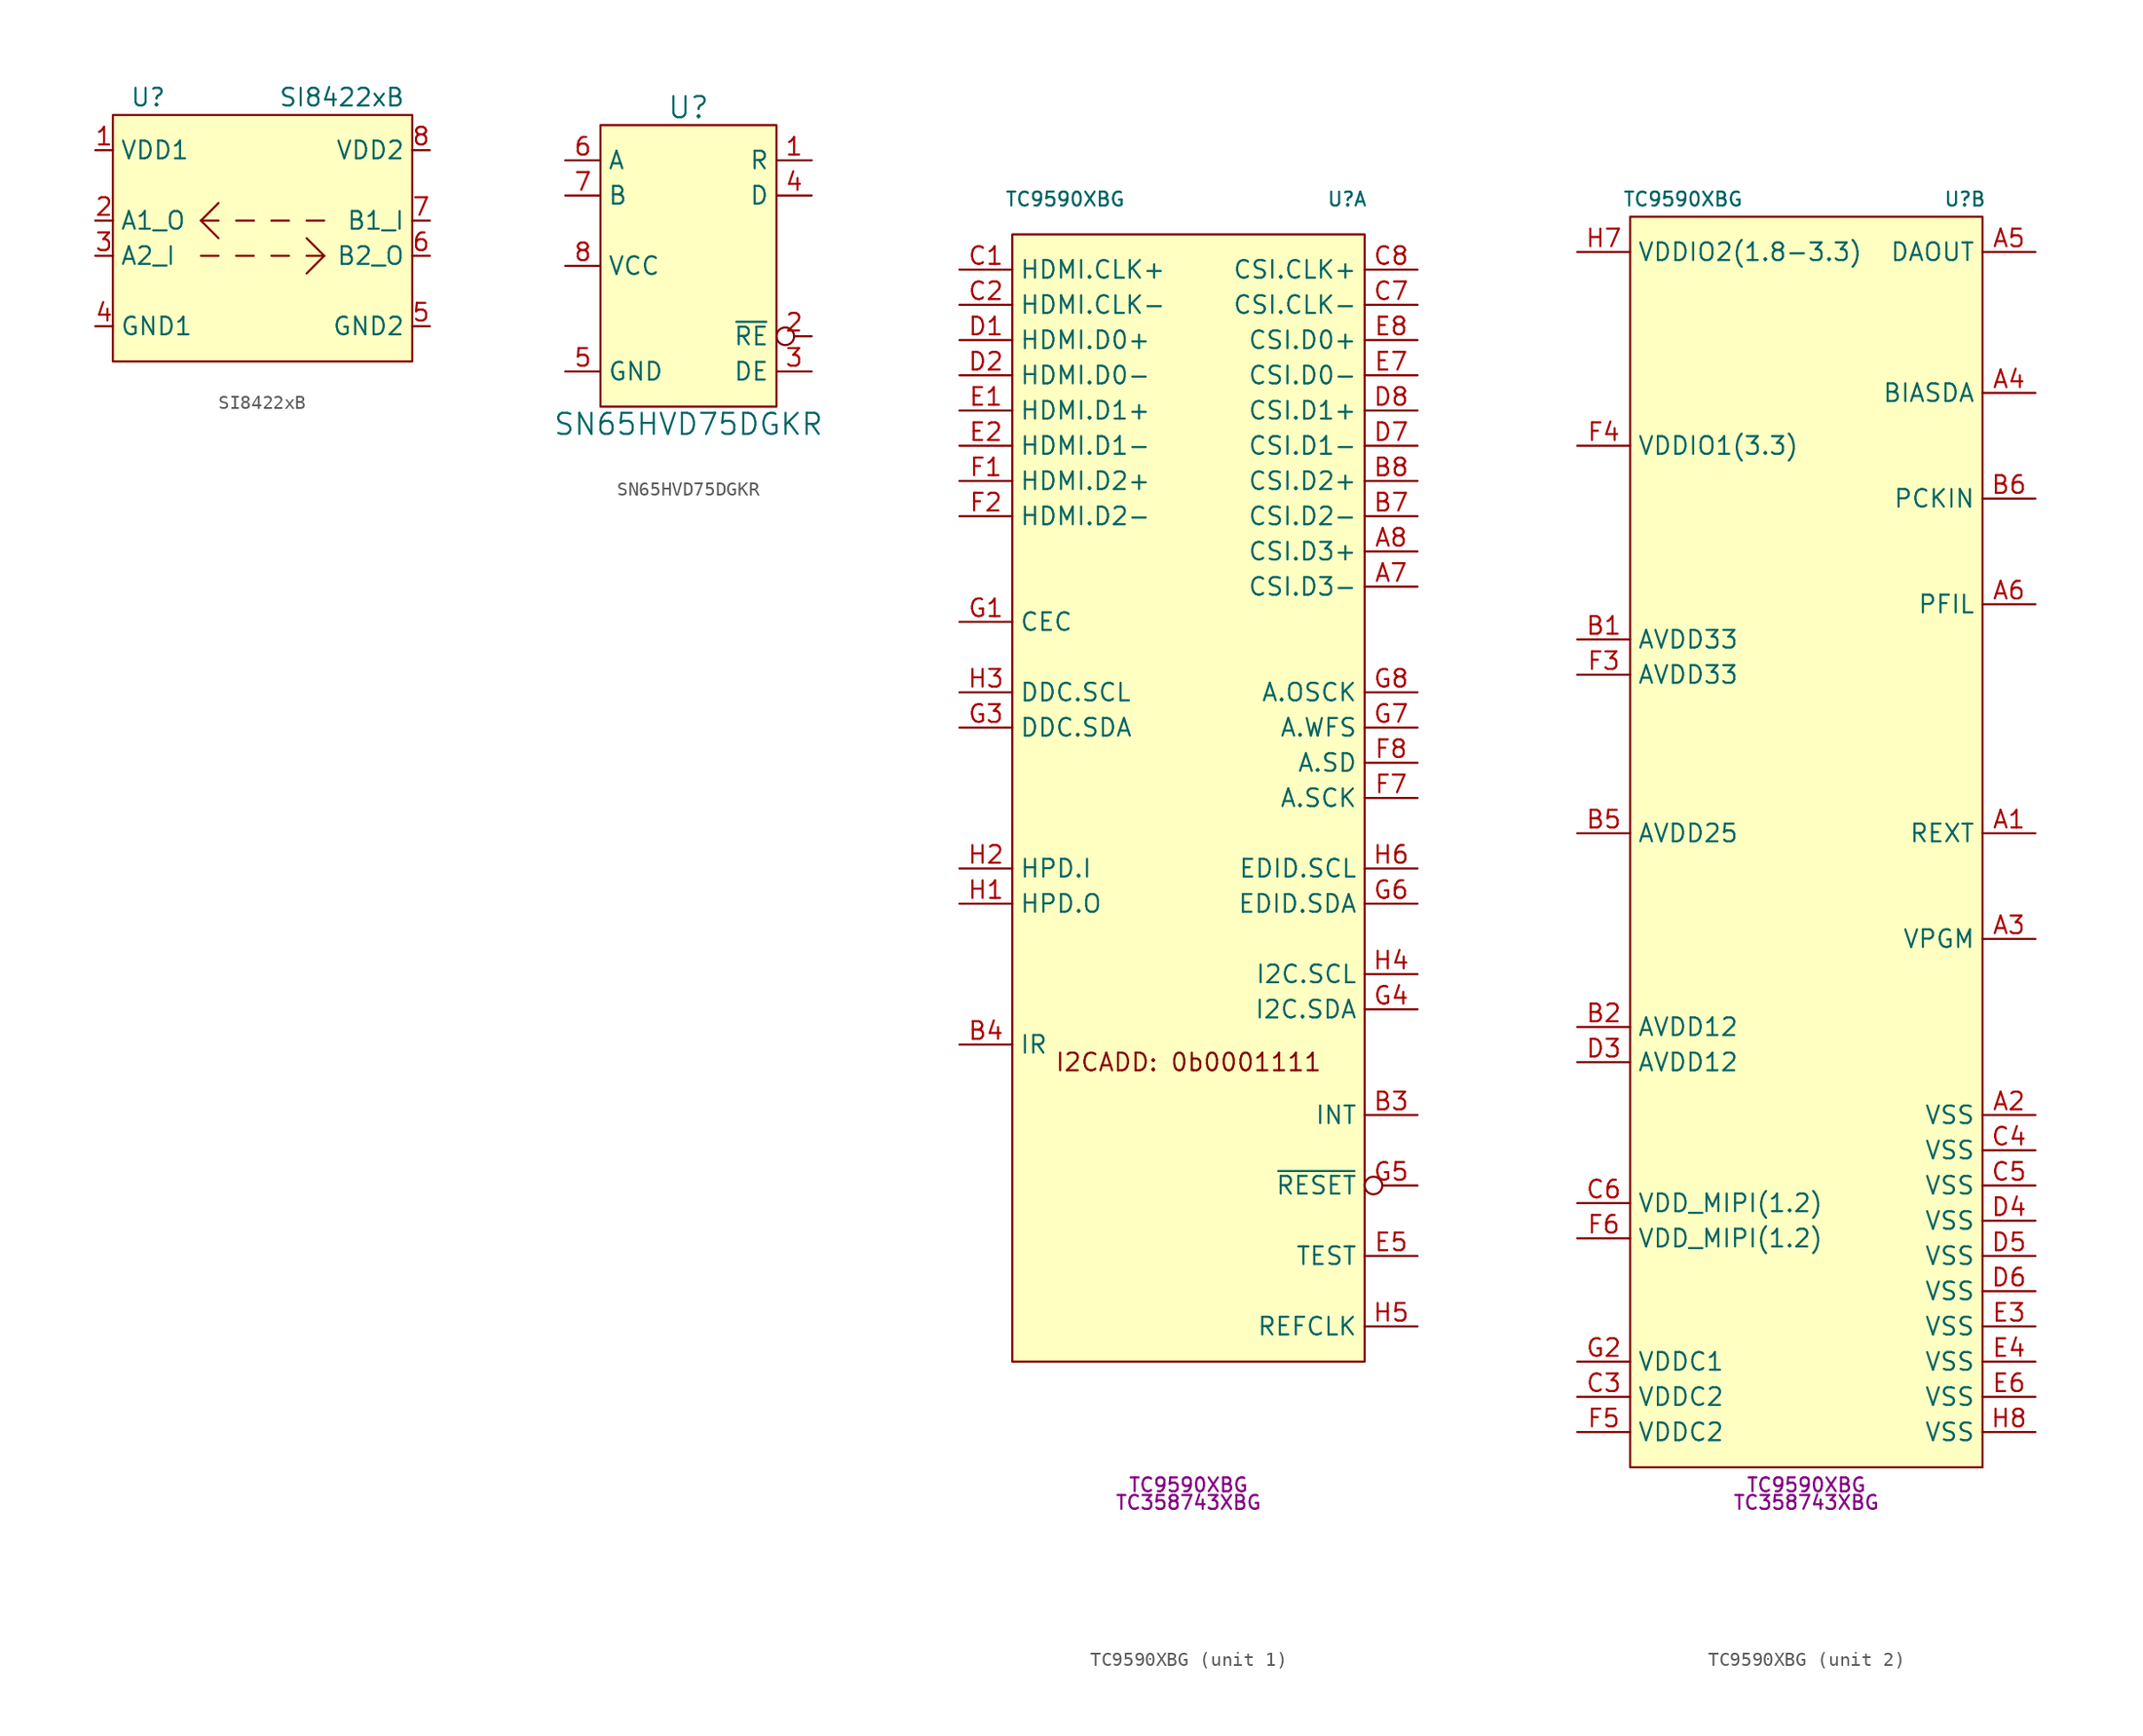
<source format=kicad_sym>
(kicad_symbol_lib
  (version 20231120)
  (generator "kicad_symbol_editor")
  (generator_version "8.0")
  (symbol "SI8422xB"
    (property "Reference" "U"
      (at -8.89 10.16 0)
      (effects (font (size 1.27 1.27))))
    (property "Value" "SI8422xB"
      (at 5.08 10.16 0)
      (effects (font (size 1.27 1.27))))
    (symbol "SI8422xB_0_1"
      (rectangle (start -11.43 -8.89) (end 10.16 8.89) (stroke (width 0) (type default)) (fill (type background)))
      (polyline (pts (xy -5.08 1.27) (xy -3.81 0)) (stroke (width 0) (type default)) (fill (type none)))
      (polyline (pts (xy -5.08 1.27) (xy -3.81 2.54)) (stroke (width 0) (type default)) (fill (type none)))
      (polyline (pts (xy -3.81 -1.27) (xy -5.08 -1.27)) (stroke (width 0) (type default)) (fill (type none)))
      (polyline (pts (xy -3.81 1.27) (xy -5.08 1.27)) (stroke (width 0) (type default)) (fill (type none)))
      (polyline (pts (xy -1.27 -1.27) (xy -2.54 -1.27)) (stroke (width 0) (type default)) (fill (type none)))
      (polyline (pts (xy -1.27 1.27) (xy -2.54 1.27)) (stroke (width 0) (type default)) (fill (type none)))
      (polyline (pts (xy -1.27 1.27) (xy -1.27 1.27)) (stroke (width 0) (type default)) (fill (type none)))
      (polyline (pts (xy 1.27 -1.27) (xy 0 -1.27)) (stroke (width 0) (type default)) (fill (type none)))
      (polyline (pts (xy 1.27 1.27) (xy 0 1.27)) (stroke (width 0) (type default)) (fill (type none)))
      (polyline (pts (xy 2.54 1.27) (xy 3.81 1.27)) (stroke (width 0) (type default)) (fill (type none)))
      (polyline (pts (xy 3.81 -1.27) (xy 2.54 -2.54)) (stroke (width 0) (type default)) (fill (type none)))
      (polyline (pts (xy 3.81 -1.27) (xy 2.54 -1.27)) (stroke (width 0) (type default)) (fill (type none)))
      (polyline (pts (xy 3.81 -1.27) (xy 2.54 0)) (stroke (width 0) (type default)) (fill (type none))))
    (symbol "SI8422xB_1_1"
      (pin power_in line (at -12.7 6.35 0) (length 1.27) (name "VDD1" (effects (font (size 1.27 1.27)))) (number "1" (effects (font (size 1.27 1.27)))))
      (pin output line (at -12.7 1.27 0) (length 1.27) (name "A1_O" (effects (font (size 1.27 1.27)))) (number "2" (effects (font (size 1.27 1.27)))))
      (pin input line (at -12.7 -1.27 0) (length 1.27) (name "A2_I" (effects (font (size 1.27 1.27)))) (number "3" (effects (font (size 1.27 1.27)))))
      (pin power_in line (at -12.7 -6.35 0) (length 1.27) (name "GND1" (effects (font (size 1.27 1.27)))) (number "4" (effects (font (size 1.27 1.27)))))
      (pin power_in line (at 11.43 -6.35 180) (length 1.27) (name "GND2" (effects (font (size 1.27 1.27)))) (number "5" (effects (font (size 1.27 1.27)))))
      (pin output line (at 11.43 -1.27 180) (length 1.27) (name "B2_O" (effects (font (size 1.27 1.27)))) (number "6" (effects (font (size 1.27 1.27)))))
      (pin input line (at 11.43 1.27 180) (length 1.27) (name "B1_I" (effects (font (size 1.27 1.27)))) (number "7" (effects (font (size 1.27 1.27)))))
      (pin power_in line (at 11.43 6.35 180) (length 1.27) (name "VDD2" (effects (font (size 1.27 1.27)))) (number "8" (effects (font (size 1.27 1.27)))))))
  (symbol "SN65HVD75DGKR"
    (property "Reference" "U"
      (at 0 11.43 0)
      (effects (font (size 1.524 1.524))))
    (property "Value" "SN65HVD75DGKR"
      (at 0 -11.43 0)
      (effects (font (size 1.524 1.524))))
    (symbol "SN65HVD75DGKR_0_1"
      (rectangle (start -6.35 -10.16) (end 6.35 10.16) (stroke (width 0) (type default)) (fill (type background))))
    (symbol "SN65HVD75DGKR_1_1"
      (pin output line (at 8.89 7.62 180) (length 2.54) (name "R" (effects (font (size 1.27 1.27)))) (number "1" (effects (font (size 1.27 1.27)))))
      (pin input inverted (at 8.89 -5.08 180) (length 2.54) (name "~{RE}" (effects (font (size 1.27 1.27)))) (number "2" (effects (font (size 1.27 1.27)))))
      (pin input line (at 8.89 -7.62 180) (length 2.54) (name "DE" (effects (font (size 1.27 1.27)))) (number "3" (effects (font (size 1.27 1.27)))))
      (pin input line (at 8.89 5.08 180) (length 2.54) (name "D" (effects (font (size 1.27 1.27)))) (number "4" (effects (font (size 1.27 1.27)))))
      (pin power_in line (at -8.89 -7.62 0) (length 2.54) (name "GND" (effects (font (size 1.27 1.27)))) (number "5" (effects (font (size 1.27 1.27)))))
      (pin bidirectional line (at -8.89 7.62 0) (length 2.54) (name "A" (effects (font (size 1.27 1.27)))) (number "6" (effects (font (size 1.27 1.27)))))
      (pin bidirectional line (at -8.89 5.08 0) (length 2.54) (name "B" (effects (font (size 1.27 1.27)))) (number "7" (effects (font (size 1.27 1.27)))))
      (pin power_in line (at -8.89 0 0) (length 2.54) (name "VCC" (effects (font (size 1.27 1.27)))) (number "8" (effects (font (size 1.27 1.27)))))))
  (symbol "TC9590XBG"
    (property "Reference" "U"
      (at 11.43 45.72 0)
      (effects (font (size 1 1))))
    (property "Value" "TC9590XBG"
      (at -8.89 45.72 0)
      (effects (font (size 1 1))))
    (property "MPN" "TC9590XBG"
      (at 0 -46.99 0)
      (effects (font (size 1 1))))
    (property "MPN2" "TC358743XBG"
      (at 0 -48.26 0)
      (effects (font (size 1 1))))
    (property "ki_locked" ""
      (at 0 0 0)
      (effects (font (size 1.27 1.27))))
    (symbol "TC9590XBG_1_1"
      (rectangle (start -12.7 43.18) (end 12.7 -38.1) (stroke (width 0) (type default)) (fill (type background)))
      (text "I2CADD: 0b0001111" (at 0 -16.51 0) (effects (font (size 1.27 1.27))))
      (pin output line (at 16.51 17.78 180) (length 3.81) (name "CSI.D3-" (effects (font (size 1.27 1.27)))) (number "A7" (effects (font (size 1.27 1.27)))))
      (pin output line (at 16.51 20.32 180) (length 3.81) (name "CSI.D3+" (effects (font (size 1.27 1.27)))) (number "A8" (effects (font (size 1.27 1.27)))))
      (pin output line (at 16.51 -20.32 180) (length 3.81) (name "INT" (effects (font (size 1.27 1.27)))) (number "B3" (effects (font (size 1.27 1.27)))))
      (pin input line (at -16.51 -15.24 0) (length 3.81) (name "IR" (effects (font (size 1.27 1.27)))) (number "B4" (effects (font (size 1.27 1.27)))))
      (pin output line (at 16.51 22.86 180) (length 3.81) (name "CSI.D2-" (effects (font (size 1.27 1.27)))) (number "B7" (effects (font (size 1.27 1.27)))))
      (pin output line (at 16.51 25.4 180) (length 3.81) (name "CSI.D2+" (effects (font (size 1.27 1.27)))) (number "B8" (effects (font (size 1.27 1.27)))))
      (pin input line (at -16.51 40.64 0) (length 3.81) (name "HDMI.CLK+" (effects (font (size 1.27 1.27)))) (number "C1" (effects (font (size 1.27 1.27)))))
      (pin input line (at -16.51 38.1 0) (length 3.81) (name "HDMI.CLK-" (effects (font (size 1.27 1.27)))) (number "C2" (effects (font (size 1.27 1.27)))))
      (pin output line (at 16.51 38.1 180) (length 3.81) (name "CSI.CLK-" (effects (font (size 1.27 1.27)))) (number "C7" (effects (font (size 1.27 1.27)))))
      (pin output line (at 16.51 40.64 180) (length 3.81) (name "CSI.CLK+" (effects (font (size 1.27 1.27)))) (number "C8" (effects (font (size 1.27 1.27)))))
      (pin input line (at -16.51 35.56 0) (length 3.81) (name "HDMI.D0+" (effects (font (size 1.27 1.27)))) (number "D1" (effects (font (size 1.27 1.27)))))
      (pin input line (at -16.51 33.02 0) (length 3.81) (name "HDMI.D0-" (effects (font (size 1.27 1.27)))) (number "D2" (effects (font (size 1.27 1.27)))))
      (pin output line (at 16.51 27.94 180) (length 3.81) (name "CSI.D1-" (effects (font (size 1.27 1.27)))) (number "D7" (effects (font (size 1.27 1.27)))))
      (pin output line (at 16.51 30.48 180) (length 3.81) (name "CSI.D1+" (effects (font (size 1.27 1.27)))) (number "D8" (effects (font (size 1.27 1.27)))))
      (pin input line (at -16.51 30.48 0) (length 3.81) (name "HDMI.D1+" (effects (font (size 1.27 1.27)))) (number "E1" (effects (font (size 1.27 1.27)))))
      (pin input line (at -16.51 27.94 0) (length 3.81) (name "HDMI.D1-" (effects (font (size 1.27 1.27)))) (number "E2" (effects (font (size 1.27 1.27)))))
      (pin input line (at 16.51 -30.48 180) (length 3.81) (name "TEST" (effects (font (size 1.27 1.27)))) (number "E5" (effects (font (size 1.27 1.27)))))
      (pin output line (at 16.51 33.02 180) (length 3.81) (name "CSI.D0-" (effects (font (size 1.27 1.27)))) (number "E7" (effects (font (size 1.27 1.27)))))
      (pin output line (at 16.51 35.56 180) (length 3.81) (name "CSI.D0+" (effects (font (size 1.27 1.27)))) (number "E8" (effects (font (size 1.27 1.27)))))
      (pin input line (at -16.51 25.4 0) (length 3.81) (name "HDMI.D2+" (effects (font (size 1.27 1.27)))) (number "F1" (effects (font (size 1.27 1.27)))))
      (pin input line (at -16.51 22.86 0) (length 3.81) (name "HDMI.D2-" (effects (font (size 1.27 1.27)))) (number "F2" (effects (font (size 1.27 1.27)))))
      (pin output line (at 16.51 2.54 180) (length 3.81) (name "A.SCK" (effects (font (size 1.27 1.27)))) (number "F7" (effects (font (size 1.27 1.27)))))
      (pin output line (at 16.51 5.08 180) (length 3.81) (name "A.SD" (effects (font (size 1.27 1.27)))) (number "F8" (effects (font (size 1.27 1.27)))))
      (pin bidirectional line (at -16.51 15.24 0) (length 3.81) (name "CEC" (effects (font (size 1.27 1.27)))) (number "G1" (effects (font (size 1.27 1.27)))))
      (pin bidirectional line (at -16.51 7.62 0) (length 3.81) (name "DDC.SDA" (effects (font (size 1.27 1.27)))) (number "G3" (effects (font (size 1.27 1.27)))))
      (pin bidirectional line (at 16.51 -12.7 180) (length 3.81) (name "I2C.SDA" (effects (font (size 1.27 1.27)))) (number "G4" (effects (font (size 1.27 1.27)))))
      (pin input inverted (at 16.51 -25.4 180) (length 3.81) (name "~{RESET}" (effects (font (size 1.27 1.27)))) (number "G5" (effects (font (size 1.27 1.27)))))
      (pin bidirectional line (at 16.51 -5.08 180) (length 3.81) (name "EDID.SDA" (effects (font (size 1.27 1.27)))) (number "G6" (effects (font (size 1.27 1.27)))))
      (pin output line (at 16.51 7.62 180) (length 3.81) (name "A.WFS" (effects (font (size 1.27 1.27)))) (number "G7" (effects (font (size 1.27 1.27)))))
      (pin output line (at 16.51 10.16 180) (length 3.81) (name "A.OSCK" (effects (font (size 1.27 1.27)))) (number "G8" (effects (font (size 1.27 1.27)))))
      (pin output line (at -16.51 -5.08 0) (length 3.81) (name "HPD.O" (effects (font (size 1.27 1.27)))) (number "H1" (effects (font (size 1.27 1.27)))))
      (pin input line (at -16.51 -2.54 0) (length 3.81) (name "HPD.I" (effects (font (size 1.27 1.27)))) (number "H2" (effects (font (size 1.27 1.27)))))
      (pin bidirectional line (at -16.51 10.16 0) (length 3.81) (name "DDC.SCL" (effects (font (size 1.27 1.27)))) (number "H3" (effects (font (size 1.27 1.27)))))
      (pin bidirectional line (at 16.51 -10.16 180) (length 3.81) (name "I2C.SCL" (effects (font (size 1.27 1.27)))) (number "H4" (effects (font (size 1.27 1.27)))))
      (pin input line (at 16.51 -35.56 180) (length 3.81) (name "REFCLK" (effects (font (size 1.27 1.27)))) (number "H5" (effects (font (size 1.27 1.27)))))
      (pin bidirectional line (at 16.51 -2.54 180) (length 3.81) (name "EDID.SCL" (effects (font (size 1.27 1.27)))) (number "H6" (effects (font (size 1.27 1.27))))))
    (symbol "TC9590XBG_2_1"
      (rectangle (start -12.7 44.45) (end 12.7 -45.72) (stroke (width 0) (type default)) (fill (type background)))
      (pin input line (at 16.51 0 180) (length 3.81) (name "REXT" (effects (font (size 1.27 1.27)))) (number "A1" (effects (font (size 1.27 1.27)))))
      (pin power_in line (at 16.51 -20.32 180) (length 3.81) (name "VSS" (effects (font (size 1.27 1.27)))) (number "A2" (effects (font (size 1.27 1.27)))))
      (pin input line (at 16.51 -7.62 180) (length 3.81) (name "VPGM" (effects (font (size 1.27 1.27)))) (number "A3" (effects (font (size 1.27 1.27)))))
      (pin output line (at 16.51 31.75 180) (length 3.81) (name "BIASDA" (effects (font (size 1.27 1.27)))) (number "A4" (effects (font (size 1.27 1.27)))))
      (pin output line (at 16.51 41.91 180) (length 3.81) (name "DAOUT" (effects (font (size 1.27 1.27)))) (number "A5" (effects (font (size 1.27 1.27)))))
      (pin output line (at 16.51 16.51 180) (length 3.81) (name "PFIL" (effects (font (size 1.27 1.27)))) (number "A6" (effects (font (size 1.27 1.27)))))
      (pin power_in line (at -16.51 13.97 0) (length 3.81) (name "AVDD33" (effects (font (size 1.27 1.27)))) (number "B1" (effects (font (size 1.27 1.27)))))
      (pin power_in line (at -16.51 -13.97 0) (length 3.81) (name "AVDD12" (effects (font (size 1.27 1.27)))) (number "B2" (effects (font (size 1.27 1.27)))))
      (pin power_in line (at -16.51 0 0) (length 3.81) (name "AVDD25" (effects (font (size 1.27 1.27)))) (number "B5" (effects (font (size 1.27 1.27)))))
      (pin input line (at 16.51 24.13 180) (length 3.81) (name "PCKIN" (effects (font (size 1.27 1.27)))) (number "B6" (effects (font (size 1.27 1.27)))))
      (pin power_in line (at -16.51 -40.64 0) (length 3.81) (name "VDDC2" (effects (font (size 1.27 1.27)))) (number "C3" (effects (font (size 1.27 1.27)))))
      (pin power_in line (at 16.51 -22.86 180) (length 3.81) (name "VSS" (effects (font (size 1.27 1.27)))) (number "C4" (effects (font (size 1.27 1.27)))))
      (pin power_in line (at 16.51 -25.4 180) (length 3.81) (name "VSS" (effects (font (size 1.27 1.27)))) (number "C5" (effects (font (size 1.27 1.27)))))
      (pin power_in line (at -16.51 -26.67 0) (length 3.81) (name "VDD_MIPI(1.2)" (effects (font (size 1.27 1.27)))) (number "C6" (effects (font (size 1.27 1.27)))))
      (pin power_in line (at -16.51 -16.51 0) (length 3.81) (name "AVDD12" (effects (font (size 1.27 1.27)))) (number "D3" (effects (font (size 1.27 1.27)))))
      (pin power_in line (at 16.51 -27.94 180) (length 3.81) (name "VSS" (effects (font (size 1.27 1.27)))) (number "D4" (effects (font (size 1.27 1.27)))))
      (pin power_in line (at 16.51 -30.48 180) (length 3.81) (name "VSS" (effects (font (size 1.27 1.27)))) (number "D5" (effects (font (size 1.27 1.27)))))
      (pin power_in line (at 16.51 -33.02 180) (length 3.81) (name "VSS" (effects (font (size 1.27 1.27)))) (number "D6" (effects (font (size 1.27 1.27)))))
      (pin power_in line (at 16.51 -35.56 180) (length 3.81) (name "VSS" (effects (font (size 1.27 1.27)))) (number "E3" (effects (font (size 1.27 1.27)))))
      (pin power_in line (at 16.51 -38.1 180) (length 3.81) (name "VSS" (effects (font (size 1.27 1.27)))) (number "E4" (effects (font (size 1.27 1.27)))))
      (pin power_in line (at 16.51 -40.64 180) (length 3.81) (name "VSS" (effects (font (size 1.27 1.27)))) (number "E6" (effects (font (size 1.27 1.27)))))
      (pin power_in line (at -16.51 11.43 0) (length 3.81) (name "AVDD33" (effects (font (size 1.27 1.27)))) (number "F3" (effects (font (size 1.27 1.27)))))
      (pin power_in line (at -16.51 27.94 0) (length 3.81) (name "VDDIO1(3.3)" (effects (font (size 1.27 1.27)))) (number "F4" (effects (font (size 1.27 1.27)))))
      (pin power_in line (at -16.51 -43.18 0) (length 3.81) (name "VDDC2" (effects (font (size 1.27 1.27)))) (number "F5" (effects (font (size 1.27 1.27)))))
      (pin power_in line (at -16.51 -29.21 0) (length 3.81) (name "VDD_MIPI(1.2)" (effects (font (size 1.27 1.27)))) (number "F6" (effects (font (size 1.27 1.27)))))
      (pin power_in line (at -16.51 -38.1 0) (length 3.81) (name "VDDC1" (effects (font (size 1.27 1.27)))) (number "G2" (effects (font (size 1.27 1.27)))))
      (pin power_in line (at -16.51 41.91 0) (length 3.81) (name "VDDIO2(1.8-3.3)" (effects (font (size 1.27 1.27)))) (number "H7" (effects (font (size 1.27 1.27)))))
      (pin power_in line (at 16.51 -43.18 180) (length 3.81) (name "VSS" (effects (font (size 1.27 1.27)))) (number "H8" (effects (font (size 1.27 1.27))))))))
</source>
